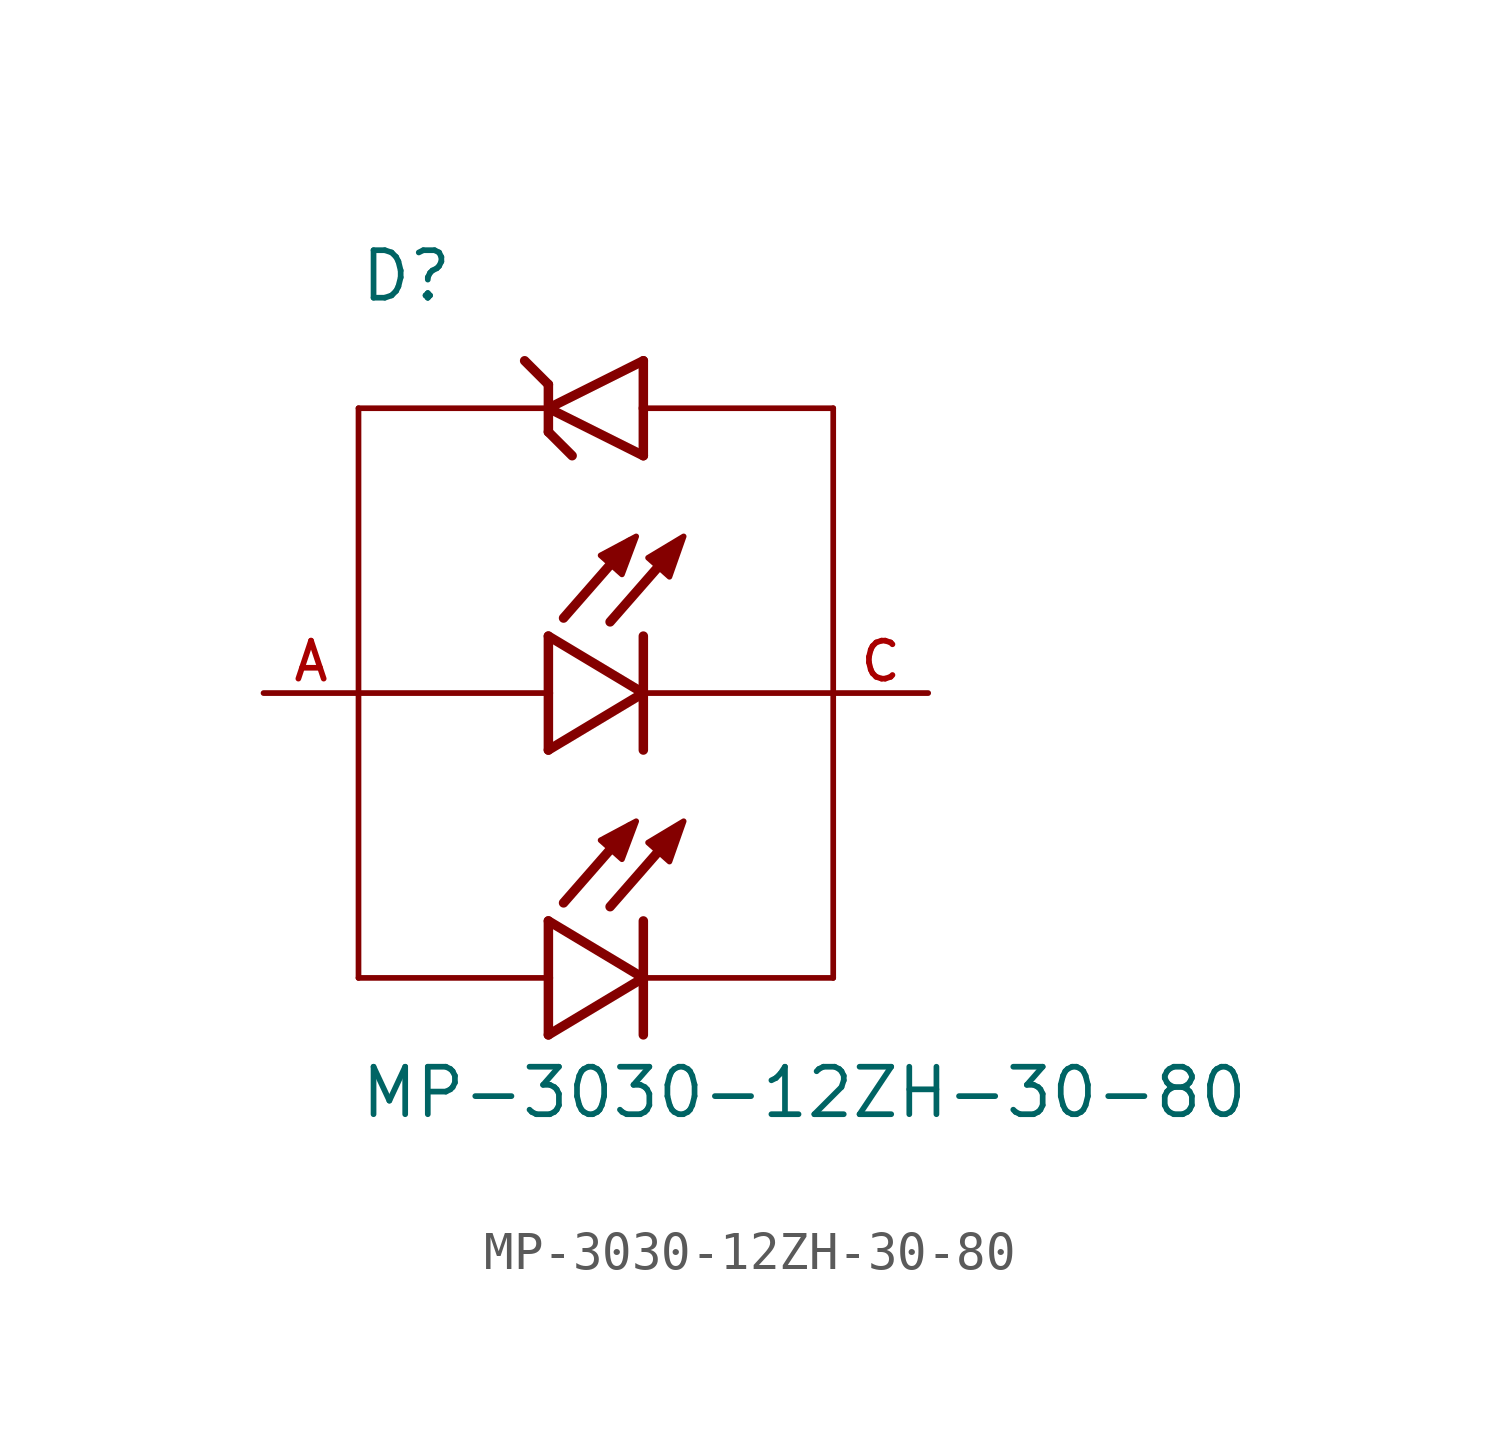
<source format=kicad_sym>
(kicad_symbol_lib
  (version 20211014)
  (generator kicad_symbol_editor)
  (symbol "MP-3030-12ZH-30-80"
    (pin_names
      (offset 1.016))
    (property "Reference" "D"
      (at -7.62 10.414 0)
      (effects (font (size 1.27 1.27)) (justify bottom left)))
    (property "Value" "MP-3030-12ZH-30-80"
      (at -7.62 -11.43 0)
      (effects (font (size 1.27 1.27)) (justify bottom left)))
    (symbol "MP-3030-12ZH-30-80_0_0"
      (polyline (pts (xy -2.54 1.524) (xy -2.54 0.0)) (stroke (width 0.254)))
      (polyline (pts (xy -2.54 0.0) (xy -2.54 -1.524)) (stroke (width 0.254)))
      (polyline (pts (xy -2.54 -1.524) (xy 0.0 0.0)) (stroke (width 0.254)))
      (polyline (pts (xy 0.0 0.0) (xy -2.54 1.524)) (stroke (width 0.254)))
      (polyline (pts (xy 0.0 1.524) (xy 0.0 0.0)) (stroke (width 0.254)))
      (polyline (pts (xy 0.0 0.0) (xy 0.0 -1.524)) (stroke (width 0.254)))
      (polyline (pts (xy -2.54 0.0) (xy -7.62 0.0)) (stroke (width 0.152)))
      (polyline (pts (xy 0.889 3.937) (xy -0.889 1.905)) (stroke (width 0.254)))
      (polyline (pts (xy -0.356 4.039) (xy -2.134 2.007)) (stroke (width 0.254)))
      (polyline (pts (xy 5.08 0.0) (xy 0.0 0.0)) (stroke (width 0.152)))
      (polyline (pts (xy -1.143 3.683) (xy -0.572 3.175) (xy -0.191 4.191) (xy -1.143 3.683)) (stroke (width 0.152)) (fill (type outline)))
      (polyline (pts (xy 0.127 3.619) (xy 0.699 3.111) (xy 1.079 4.191) (xy 0.127 3.619)) (stroke (width 0.152)) (fill (type outline)))
      (polyline (pts (xy -2.54 -6.096) (xy -2.54 -7.62)) (stroke (width 0.254)))
      (polyline (pts (xy -2.54 -7.62) (xy -2.54 -9.144)) (stroke (width 0.254)))
      (polyline (pts (xy -2.54 -9.144) (xy 0.0 -7.62)) (stroke (width 0.254)))
      (polyline (pts (xy 0.0 -7.62) (xy -2.54 -6.096)) (stroke (width 0.254)))
      (polyline (pts (xy 0.0 -6.096) (xy 0.0 -7.62)) (stroke (width 0.254)))
      (polyline (pts (xy 0.0 -7.62) (xy 0.0 -9.144)) (stroke (width 0.254)))
      (polyline (pts (xy -2.54 -7.62) (xy -7.62 -7.62)) (stroke (width 0.152)))
      (polyline (pts (xy 0.889 -3.683) (xy -0.889 -5.715)) (stroke (width 0.254)))
      (polyline (pts (xy -0.356 -3.581) (xy -2.134 -5.613)) (stroke (width 0.254)))
      (polyline (pts (xy 5.08 -7.62) (xy 0.0 -7.62)) (stroke (width 0.152)))
      (polyline (pts (xy -1.143 -3.937) (xy -0.572 -4.445) (xy -0.191 -3.429) (xy -1.143 -3.937)) (stroke (width 0.152)) (fill (type outline)))
      (polyline (pts (xy 0.127 -4) (xy 0.699 -4.508) (xy 1.079 -3.429) (xy 0.127 -4)) (stroke (width 0.152)) (fill (type outline)))
      (polyline (pts (xy -7.62 -7.62) (xy -7.62 0.0)) (stroke (width 0.152)))
      (polyline (pts (xy 5.08 -7.62) (xy 5.08 0.0)) (stroke (width 0.152)))
      (polyline (pts (xy 0.0 8.89) (xy -2.54 7.62)) (stroke (width 0.254)))
      (polyline (pts (xy -2.54 7.62) (xy 0.0 6.35)) (stroke (width 0.254)))
      (polyline (pts (xy -2.54 6.985) (xy -2.54 7.62)) (stroke (width 0.254)))
      (polyline (pts (xy 0.0 6.35) (xy 0.0 7.62)) (stroke (width 0.254)))
      (polyline (pts (xy 0.0 7.62) (xy 0.0 8.89)) (stroke (width 0.254)))
      (polyline (pts (xy -2.54 7.62) (xy -2.54 8.255)) (stroke (width 0.254)))
      (polyline (pts (xy -1.905 6.35) (xy -2.54 6.985)) (stroke (width 0.254)))
      (polyline (pts (xy -2.54 8.255) (xy -3.175 8.89)) (stroke (width 0.254)))
      (polyline (pts (xy -7.62 0.0) (xy -7.62 7.62)) (stroke (width 0.152)))
      (polyline (pts (xy -7.62 7.62) (xy -2.54 7.62)) (stroke (width 0.152)))
      (polyline (pts (xy 5.08 0.0) (xy 5.08 7.62)) (stroke (width 0.152)))
      (polyline (pts (xy 5.08 7.62) (xy 0.0 7.62)) (stroke (width 0.152)))
      (pin passive line (at 7.62 0.0 180.0) (length 2.54) (name "~" (effects (font (size 1.016 1.016)))) (number "C" (effects (font (size 1.016 1.016)))))
      (pin passive line (at -10.16 0.0 0) (length 2.54) (name "~" (effects (font (size 1.016 1.016)))) (number "A" (effects (font (size 1.016 1.016))))))))
</source>
